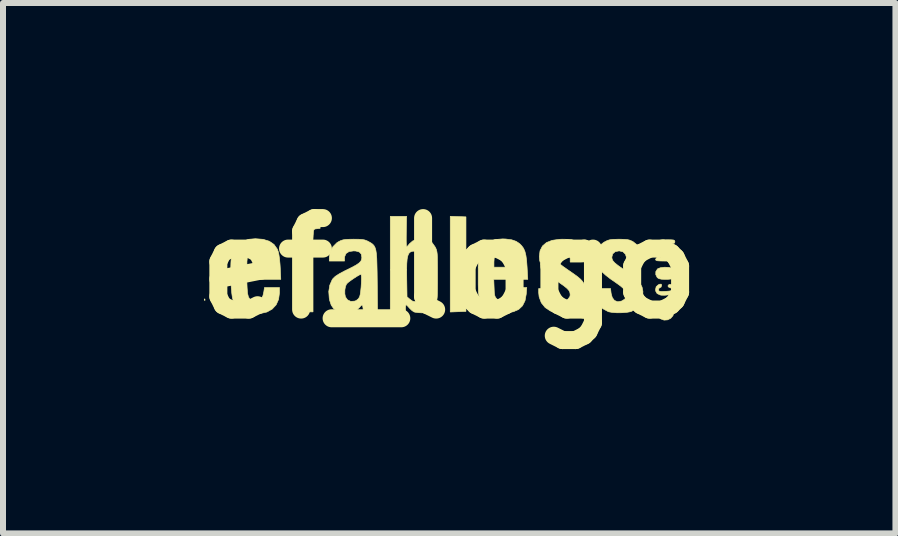
<source format=kicad_pcb>
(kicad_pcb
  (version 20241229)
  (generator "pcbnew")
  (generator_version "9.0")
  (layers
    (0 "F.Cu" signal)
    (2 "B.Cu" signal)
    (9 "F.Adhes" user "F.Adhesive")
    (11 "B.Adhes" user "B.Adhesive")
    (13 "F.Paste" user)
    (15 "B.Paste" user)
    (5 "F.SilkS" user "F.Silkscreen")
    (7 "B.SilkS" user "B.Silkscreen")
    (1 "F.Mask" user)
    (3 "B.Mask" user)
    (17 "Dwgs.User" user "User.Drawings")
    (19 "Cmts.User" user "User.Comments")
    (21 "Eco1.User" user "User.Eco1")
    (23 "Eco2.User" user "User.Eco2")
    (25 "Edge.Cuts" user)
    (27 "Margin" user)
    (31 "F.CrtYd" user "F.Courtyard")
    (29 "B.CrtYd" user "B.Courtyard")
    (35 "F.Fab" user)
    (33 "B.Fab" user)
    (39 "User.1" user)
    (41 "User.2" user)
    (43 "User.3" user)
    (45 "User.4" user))
  (footprint "ef_logo"
    (layer "F.Cu")
    (at 4.434 1.418)
    (property "Reference" "ef_logo" (at 0 0 0) (layer "F.SilkS") (effects (font (size 1.524 1.524) (thickness 0.3))))
    (attr through_hole)
    (fp_poly (pts (xy -4.07 0.514) (xy -4.068 0.534) (xy -4.07 0.536) (xy -4.08 0.534) (xy -4.081 0.525) (xy -4.075 0.511) (xy -4.07 0.514)) (stroke (width 0.01) (type solid)) (fill yes) (layer "F.SilkS"))
    (fp_poly (pts (xy 0.148 -0.86) (xy 0.279 -0.855) (xy 0.279 0.72) (xy 0.148 0.725) (xy 0.017 0.73) (xy 0.017 -0.865) (xy 0.148 -0.86)) (stroke (width 0.01) (type solid)) (fill yes) (layer "F.SilkS"))
    (fp_poly (pts (xy 3.678 0.615) (xy 3.72 0.657) (xy 3.741 0.714) (xy 3.742 0.733) (xy 3.728 0.791) (xy 3.69 0.835) (xy 3.637 0.861) (xy 3.579 0.865) (xy 3.524 0.845) (xy 3.505 0.83) (xy 3.477 0.78) (xy 3.471 0.719) (xy 3.488 0.66) (xy 3.511 0.629) (xy 3.565 0.598) (xy 3.623 0.595) (xy 3.678 0.615)) (stroke (width 0.01) (type solid)) (fill yes) (layer "F.SilkS"))
    (fp_poly (pts (xy 3.653 -0.014) (xy 3.713 -0.001) (xy 3.716 -0.000419) (xy 3.745 0.017) (xy 3.757 0.046) (xy 3.759 0.081) (xy 3.755 0.131) (xy 3.737 0.163) (xy 3.7 0.18) (xy 3.639 0.186) (xy 3.606 0.186) (xy 3.539 0.184) (xy 3.496 0.175) (xy 3.469 0.159) (xy 3.465 0.155) (xy 3.441 0.107) (xy 3.442 0.056) (xy 3.469 0.014) (xy 3.475 0.009) (xy 3.52 -0.008) (xy 3.585 -0.016) (xy 3.653 -0.014)) (stroke (width 0.01) (type solid)) (fill yes) (layer "F.SilkS"))
    (fp_poly (pts (xy 3.533 0.266) (xy 3.539 0.288) (xy 3.528 0.316) (xy 3.514 0.322) (xy 3.493 0.336) (xy 3.488 0.356) (xy 3.491 0.375) (xy 3.504 0.384) (xy 3.535 0.388) (xy 3.592 0.386) (xy 3.603 0.386) (xy 3.666 0.381) (xy 3.702 0.374) (xy 3.716 0.361) (xy 3.717 0.356) (xy 3.702 0.334) (xy 3.678 0.325) (xy 3.648 0.311) (xy 3.645 0.291) (xy 3.663 0.271) (xy 3.697 0.271) (xy 3.735 0.289) (xy 3.738 0.292) (xy 3.755 0.324) (xy 3.758 0.37) (xy 3.745 0.41) (xy 3.736 0.422) (xy 3.703 0.435) (xy 3.65 0.445) (xy 3.59 0.451) (xy 3.536 0.45) (xy 3.514 0.446) (xy 3.463 0.422) (xy 3.44 0.382) (xy 3.437 0.356) (xy 3.448 0.308) (xy 3.483 0.277) (xy 3.509 0.266) (xy 3.533 0.266)) (stroke (width 0.01) (type solid)) (fill yes) (layer "F.SilkS"))
    (fp_poly (pts (xy -2.151 -0.663) (xy -2.206 -0.657) (xy -2.237 -0.653) (xy -2.254 -0.641) (xy -2.261 -0.614) (xy -2.265 -0.562) (xy -2.266 -0.555) (xy -2.271 -0.457) (xy -2.151 -0.457) (xy -2.151 -0.271) (xy -2.269 -0.271) (xy -2.269 0.728) (xy -2.393 0.728) (xy -2.455 0.727) (xy -2.503 0.723) (xy -2.528 0.718) (xy -2.529 0.717) (xy -2.532 0.698) (xy -2.534 0.649) (xy -2.536 0.575) (xy -2.538 0.48) (xy -2.539 0.369) (xy -2.54 0.246) (xy -2.54 0.217) (xy -2.54 -0.271) (xy -2.591 -0.271) (xy -2.62 -0.272) (xy -2.635 -0.283) (xy -2.641 -0.31) (xy -2.642 -0.363) (xy -2.642 -0.364) (xy -2.641 -0.417) (xy -2.635 -0.445) (xy -2.62 -0.456) (xy -2.593 -0.457) (xy -2.569 -0.458) (xy -2.554 -0.467) (xy -2.545 -0.49) (xy -2.539 -0.534) (xy -2.534 -0.587) (xy -2.519 -0.689) (xy -2.491 -0.763) (xy -2.446 -0.812) (xy -2.379 -0.843) (xy -2.286 -0.858) (xy -2.269 -0.86) (xy -2.151 -0.868) (xy -2.151 -0.663)) (stroke (width 0.01) (type solid)) (fill yes) (layer "F.SilkS"))
    (fp_poly (pts (xy -3.101 -0.481) (xy -2.997 -0.449) (xy -2.919 -0.395) (xy -2.865 -0.319) (xy -2.847 -0.271) (xy -2.837 -0.223) (xy -2.827 -0.153) (xy -2.819 -0.069) (xy -2.815 -0.006) (xy -2.806 0.186) (xy -3.373 0.186) (xy -3.367 0.328) (xy -3.36 0.419) (xy -3.345 0.48) (xy -3.319 0.518) (xy -3.278 0.537) (xy -3.224 0.542) (xy -3.167 0.534) (xy -3.128 0.507) (xy -3.103 0.456) (xy -3.089 0.394) (xy -3.078 0.322) (xy -2.828 0.322) (xy -2.828 0.411) (xy -2.843 0.52) (xy -2.884 0.611) (xy -2.95 0.682) (xy -3.037 0.73) (xy -3.144 0.755) (xy -3.267 0.754) (xy -3.33 0.744) (xy -3.437 0.711) (xy -3.519 0.655) (xy -3.58 0.575) (xy -3.601 0.533) (xy -3.613 0.487) (xy -3.623 0.415) (xy -3.631 0.324) (xy -3.637 0.22) (xy -3.64 0.112) (xy -3.64 0.007) (xy -3.637 -0.089) (xy -3.636 -0.108) (xy -3.37 -0.108) (xy -3.37 -0.017) (xy -3.082 -0.017) (xy -3.082 -0.108) (xy -3.091 -0.192) (xy -3.118 -0.248) (xy -3.166 -0.28) (xy -3.226 -0.288) (xy -3.293 -0.277) (xy -3.338 -0.242) (xy -3.363 -0.182) (xy -3.37 -0.108) (xy -3.636 -0.108) (xy -3.631 -0.168) (xy -3.625 -0.206) (xy -3.588 -0.31) (xy -3.527 -0.391) (xy -3.441 -0.449) (xy -3.334 -0.482) (xy -3.23 -0.491) (xy -3.101 -0.481)) (stroke (width 0.01) (type solid)) (fill yes) (layer "F.SilkS"))
    (fp_poly (pts (xy 3.696 -0.473) (xy 3.735 -0.47) (xy 3.753 -0.462) (xy 3.759 -0.447) (xy 3.759 -0.44) (xy 3.756 -0.423) (xy 3.743 -0.413) (xy 3.713 -0.408) (xy 3.659 -0.407) (xy 3.624 -0.406) (xy 3.557 -0.406) (xy 3.516 -0.403) (xy 3.496 -0.396) (xy 3.489 -0.382) (xy 3.488 -0.364) (xy 3.49 -0.343) (xy 3.499 -0.33) (xy 3.522 -0.324) (xy 3.567 -0.322) (xy 3.624 -0.322) (xy 3.691 -0.321) (xy 3.732 -0.318) (xy 3.752 -0.31) (xy 3.759 -0.297) (xy 3.759 -0.287) (xy 3.757 -0.269) (xy 3.745 -0.259) (xy 3.716 -0.255) (xy 3.664 -0.255) (xy 3.628 -0.256) (xy 3.562 -0.257) (xy 3.523 -0.255) (xy 3.504 -0.248) (xy 3.497 -0.234) (xy 3.497 -0.219) (xy 3.499 -0.198) (xy 3.509 -0.185) (xy 3.535 -0.179) (xy 3.583 -0.175) (xy 3.628 -0.173) (xy 3.697 -0.169) (xy 3.738 -0.162) (xy 3.757 -0.151) (xy 3.759 -0.143) (xy 3.753 -0.131) (xy 3.73 -0.124) (xy 3.686 -0.12) (xy 3.614 -0.119) (xy 3.598 -0.119) (xy 3.521 -0.12) (xy 3.472 -0.123) (xy 3.446 -0.13) (xy 3.438 -0.141) (xy 3.437 -0.143) (xy 3.449 -0.168) (xy 3.457 -0.173) (xy 3.466 -0.187) (xy 3.453 -0.217) (xy 3.438 -0.251) (xy 3.447 -0.283) (xy 3.452 -0.29) (xy 3.465 -0.325) (xy 3.456 -0.344) (xy 3.439 -0.381) (xy 3.444 -0.424) (xy 3.468 -0.455) (xy 3.47 -0.457) (xy 3.503 -0.465) (xy 3.558 -0.471) (xy 3.624 -0.474) (xy 3.631 -0.474) (xy 3.696 -0.473)) (stroke (width 0.01) (type solid)) (fill yes) (layer "F.SilkS"))
    (fp_poly (pts (xy 0.942 -0.486) (xy 1.041 -0.473) (xy 1.116 -0.447) (xy 1.176 -0.406) (xy 1.208 -0.373) (xy 1.239 -0.33) (xy 1.261 -0.279) (xy 1.277 -0.216) (xy 1.289 -0.132) (xy 1.297 -0.021) (xy 1.298 -0.004) (xy 1.309 0.186) (xy 0.742 0.186) (xy 0.748 0.332) (xy 0.751 0.403) (xy 0.757 0.45) (xy 0.768 0.481) (xy 0.785 0.503) (xy 0.801 0.518) (xy 0.86 0.551) (xy 0.918 0.554) (xy 0.968 0.528) (xy 1.007 0.477) (xy 1.028 0.404) (xy 1.028 0.402) (xy 1.037 0.322) (xy 1.292 0.322) (xy 1.283 0.432) (xy 1.263 0.542) (xy 1.221 0.626) (xy 1.157 0.687) (xy 1.068 0.726) (xy 0.954 0.742) (xy 0.906 0.743) (xy 0.835 0.741) (xy 0.772 0.736) (xy 0.729 0.729) (xy 0.725 0.728) (xy 0.638 0.685) (xy 0.567 0.612) (xy 0.527 0.543) (xy 0.512 0.51) (xy 0.501 0.479) (xy 0.493 0.445) (xy 0.487 0.403) (xy 0.485 0.346) (xy 0.483 0.269) (xy 0.483 0.167) (xy 0.483 0.119) (xy 0.483 0.004) (xy 0.484 -0.082) (xy 0.484 -0.103) (xy 0.745 -0.103) (xy 0.745 -0.017) (xy 1.033 -0.017) (xy 1.033 -0.119) (xy 1.026 -0.198) (xy 1.004 -0.25) (xy 0.963 -0.278) (xy 0.899 -0.288) (xy 0.893 -0.288) (xy 0.844 -0.285) (xy 0.809 -0.278) (xy 0.803 -0.275) (xy 0.769 -0.233) (xy 0.749 -0.165) (xy 0.745 -0.103) (xy 0.484 -0.103) (xy 0.486 -0.145) (xy 0.49 -0.192) (xy 0.497 -0.227) (xy 0.506 -0.256) (xy 0.52 -0.286) (xy 0.525 -0.296) (xy 0.584 -0.382) (xy 0.664 -0.443) (xy 0.766 -0.478) (xy 0.89 -0.488) (xy 0.942 -0.486)) (stroke (width 0.01) (type solid)) (fill yes) (layer "F.SilkS"))
    (fp_poly (pts (xy 1.973 -0.481) (xy 2.041 -0.474) (xy 2.093 -0.459) (xy 2.137 -0.435) (xy 2.175 -0.405) (xy 2.222 -0.347) (xy 2.26 -0.269) (xy 2.282 -0.185) (xy 2.286 -0.141) (xy 2.284 -0.121) (xy 2.274 -0.11) (xy 2.249 -0.104) (xy 2.201 -0.102) (xy 2.151 -0.102) (xy 2.015 -0.102) (xy 2.015 -0.161) (xy 2.002 -0.225) (xy 1.962 -0.268) (xy 1.9 -0.287) (xy 1.882 -0.288) (xy 1.819 -0.275) (xy 1.777 -0.242) (xy 1.761 -0.196) (xy 1.773 -0.143) (xy 1.808 -0.099) (xy 1.842 -0.071) (xy 1.895 -0.03) (xy 1.96 0.016) (xy 1.998 0.042) (xy 2.083 0.101) (xy 2.144 0.146) (xy 2.187 0.183) (xy 2.218 0.217) (xy 2.242 0.252) (xy 2.254 0.274) (xy 2.28 0.357) (xy 2.282 0.449) (xy 2.264 0.541) (xy 2.226 0.622) (xy 2.188 0.666) (xy 2.127 0.703) (xy 2.043 0.729) (xy 1.947 0.743) (xy 1.847 0.746) (xy 1.755 0.735) (xy 1.685 0.713) (xy 1.598 0.655) (xy 1.534 0.576) (xy 1.498 0.479) (xy 1.49 0.407) (xy 1.49 0.339) (xy 1.761 0.339) (xy 1.761 0.415) (xy 1.773 0.487) (xy 1.806 0.535) (xy 1.858 0.558) (xy 1.877 0.559) (xy 1.932 0.546) (xy 1.979 0.515) (xy 2.01 0.473) (xy 2.015 0.446) (xy 2.011 0.408) (xy 1.996 0.374) (xy 1.965 0.339) (xy 1.914 0.297) (xy 1.839 0.244) (xy 1.829 0.237) (xy 1.714 0.155) (xy 1.628 0.082) (xy 1.567 0.014) (xy 1.527 -0.055) (xy 1.507 -0.128) (xy 1.501 -0.195) (xy 1.513 -0.291) (xy 1.553 -0.369) (xy 1.62 -0.427) (xy 1.714 -0.464) (xy 1.834 -0.481) (xy 1.88 -0.483) (xy 1.973 -0.481)) (stroke (width 0.01) (type solid)) (fill yes) (layer "F.SilkS"))
    (fp_poly (pts (xy 2.908 -0.481) (xy 2.965 -0.477) (xy 3.008 -0.467) (xy 3.047 -0.45) (xy 3.065 -0.44) (xy 3.138 -0.381) (xy 3.19 -0.301) (xy 3.215 -0.208) (xy 3.217 -0.174) (xy 3.217 -0.102) (xy 2.968 -0.102) (xy 2.958 -0.163) (xy 2.936 -0.232) (xy 2.895 -0.273) (xy 2.834 -0.288) (xy 2.828 -0.288) (xy 2.765 -0.275) (xy 2.724 -0.239) (xy 2.709 -0.184) (xy 2.709 -0.183) (xy 2.714 -0.151) (xy 2.729 -0.121) (xy 2.76 -0.087) (xy 2.811 -0.046) (xy 2.885 0.006) (xy 2.921 0.031) (xy 3.034 0.111) (xy 3.119 0.183) (xy 3.178 0.25) (xy 3.213 0.316) (xy 3.227 0.387) (xy 3.223 0.465) (xy 3.217 0.503) (xy 3.182 0.596) (xy 3.122 0.669) (xy 3.041 0.717) (xy 3.019 0.725) (xy 2.958 0.736) (xy 2.878 0.742) (xy 2.793 0.743) (xy 2.714 0.737) (xy 2.655 0.726) (xy 2.65 0.724) (xy 2.56 0.676) (xy 2.493 0.604) (xy 2.451 0.513) (xy 2.438 0.418) (xy 2.438 0.339) (xy 2.688 0.339) (xy 2.697 0.418) (xy 2.716 0.488) (xy 2.752 0.537) (xy 2.801 0.558) (xy 2.812 0.559) (xy 2.873 0.547) (xy 2.922 0.517) (xy 2.946 0.484) (xy 2.956 0.437) (xy 2.945 0.393) (xy 2.912 0.347) (xy 2.853 0.296) (xy 2.781 0.244) (xy 2.681 0.175) (xy 2.607 0.117) (xy 2.552 0.067) (xy 2.512 0.019) (xy 2.483 -0.032) (xy 2.472 -0.054) (xy 2.447 -0.131) (xy 2.441 -0.203) (xy 2.443 -0.225) (xy 2.462 -0.308) (xy 2.504 -0.374) (xy 2.574 -0.43) (xy 2.592 -0.44) (xy 2.633 -0.461) (xy 2.673 -0.473) (xy 2.722 -0.48) (xy 2.791 -0.482) (xy 2.828 -0.483) (xy 2.908 -0.481)) (stroke (width 0.01) (type solid)) (fill yes) (layer "F.SilkS"))
    (fp_poly (pts (xy -0.715 -0.61) (xy -0.716 -0.521) (xy -0.716 -0.446) (xy -0.714 -0.39) (xy -0.712 -0.36) (xy -0.71 -0.356) (xy -0.695 -0.368) (xy -0.669 -0.398) (xy -0.664 -0.405) (xy -0.608 -0.454) (xy -0.531 -0.483) (xy -0.441 -0.488) (xy -0.43 -0.487) (xy -0.347 -0.466) (xy -0.284 -0.424) (xy -0.234 -0.353) (xy -0.233 -0.351) (xy -0.221 -0.327) (xy -0.212 -0.303) (xy -0.205 -0.274) (xy -0.2 -0.235) (xy -0.197 -0.181) (xy -0.196 -0.109) (xy -0.195 -0.012) (xy -0.195 0.113) (xy -0.195 0.127) (xy -0.195 0.255) (xy -0.196 0.355) (xy -0.197 0.429) (xy -0.2 0.484) (xy -0.205 0.525) (xy -0.211 0.555) (xy -0.22 0.579) (xy -0.232 0.603) (xy -0.232 0.604) (xy -0.28 0.677) (xy -0.333 0.721) (xy -0.4 0.741) (xy -0.455 0.744) (xy -0.515 0.741) (xy -0.565 0.734) (xy -0.586 0.729) (xy -0.619 0.707) (xy -0.658 0.67) (xy -0.665 0.662) (xy -0.695 0.629) (xy -0.715 0.611) (xy -0.719 0.61) (xy -0.725 0.625) (xy -0.728 0.661) (xy -0.728 0.669) (xy -0.728 0.728) (xy -0.982 0.728) (xy -0.982 0.029) (xy -0.709 0.029) (xy -0.708 0.162) (xy -0.708 0.164) (xy -0.703 0.477) (xy -0.655 0.518) (xy -0.609 0.55) (xy -0.569 0.557) (xy -0.534 0.548) (xy -0.509 0.534) (xy -0.489 0.509) (xy -0.475 0.47) (xy -0.465 0.413) (xy -0.459 0.334) (xy -0.456 0.229) (xy -0.456 0.118) (xy -0.457 -0.001) (xy -0.46 -0.099) (xy -0.464 -0.175) (xy -0.47 -0.223) (xy -0.474 -0.237) (xy -0.51 -0.27) (xy -0.564 -0.285) (xy -0.619 -0.281) (xy -0.65 -0.268) (xy -0.673 -0.245) (xy -0.689 -0.208) (xy -0.701 -0.152) (xy -0.707 -0.075) (xy -0.709 0.029) (xy -0.982 0.029) (xy -0.982 -0.864) (xy -0.71 -0.864) (xy -0.715 -0.61)) (stroke (width 0.01) (type solid)) (fill yes) (layer "F.SilkS"))
    (fp_poly (pts (xy -1.508 -0.482) (xy -1.449 -0.478) (xy -1.406 -0.47) (xy -1.369 -0.456) (xy -1.338 -0.44) (xy -1.303 -0.42) (xy -1.274 -0.399) (xy -1.252 -0.374) (xy -1.235 -0.342) (xy -1.222 -0.298) (xy -1.213 -0.239) (xy -1.207 -0.16) (xy -1.204 -0.06) (xy -1.201 0.068) (xy -1.199 0.225) (xy -1.199 0.225) (xy -1.194 0.729) (xy -1.312 0.725) (xy -1.431 0.72) (xy -1.436 0.665) (xy -1.443 0.623) (xy -1.455 0.613) (xy -1.478 0.633) (xy -1.493 0.652) (xy -1.553 0.706) (xy -1.63 0.736) (xy -1.722 0.745) (xy -1.81 0.737) (xy -1.874 0.712) (xy -1.929 0.669) (xy -1.966 0.615) (xy -1.991 0.539) (xy -1.999 0.501) (xy -2.004 0.428) (xy -1.739 0.428) (xy -1.729 0.479) (xy -1.694 0.528) (xy -1.641 0.553) (xy -1.578 0.549) (xy -1.551 0.54) (xy -1.513 0.509) (xy -1.493 0.476) (xy -1.483 0.438) (xy -1.475 0.382) (xy -1.468 0.315) (xy -1.464 0.246) (xy -1.462 0.182) (xy -1.463 0.132) (xy -1.468 0.105) (xy -1.471 0.102) (xy -1.494 0.111) (xy -1.536 0.135) (xy -1.587 0.168) (xy -1.638 0.203) (xy -1.682 0.236) (xy -1.708 0.26) (xy -1.709 0.261) (xy -1.728 0.303) (xy -1.739 0.363) (xy -1.739 0.428) (xy -2.004 0.428) (xy -2.007 0.389) (xy -1.99 0.283) (xy -1.95 0.192) (xy -1.937 0.174) (xy -1.898 0.136) (xy -1.833 0.094) (xy -1.74 0.044) (xy -1.713 0.031) (xy -1.616 -0.017) (xy -1.547 -0.055) (xy -1.5 -0.088) (xy -1.472 -0.118) (xy -1.459 -0.15) (xy -1.456 -0.18) (xy -1.466 -0.236) (xy -1.498 -0.27) (xy -1.555 -0.286) (xy -1.593 -0.288) (xy -1.669 -0.277) (xy -1.719 -0.245) (xy -1.742 -0.193) (xy -1.744 -0.169) (xy -1.744 -0.119) (xy -1.998 -0.119) (xy -1.998 -0.183) (xy -1.982 -0.273) (xy -1.939 -0.356) (xy -1.874 -0.422) (xy -1.846 -0.44) (xy -1.807 -0.46) (xy -1.769 -0.472) (xy -1.724 -0.479) (xy -1.661 -0.482) (xy -1.592 -0.483) (xy -1.508 -0.482)) (stroke (width 0.01) (type solid)) (fill yes) (layer "F.SilkS")))
  (gr_rect
    (start -3 -3)
    (end 11.868 5.836)
    (stroke (width 0.1) (type default))
    (fill no)
    (layer "Edge.Cuts")))
</source>
